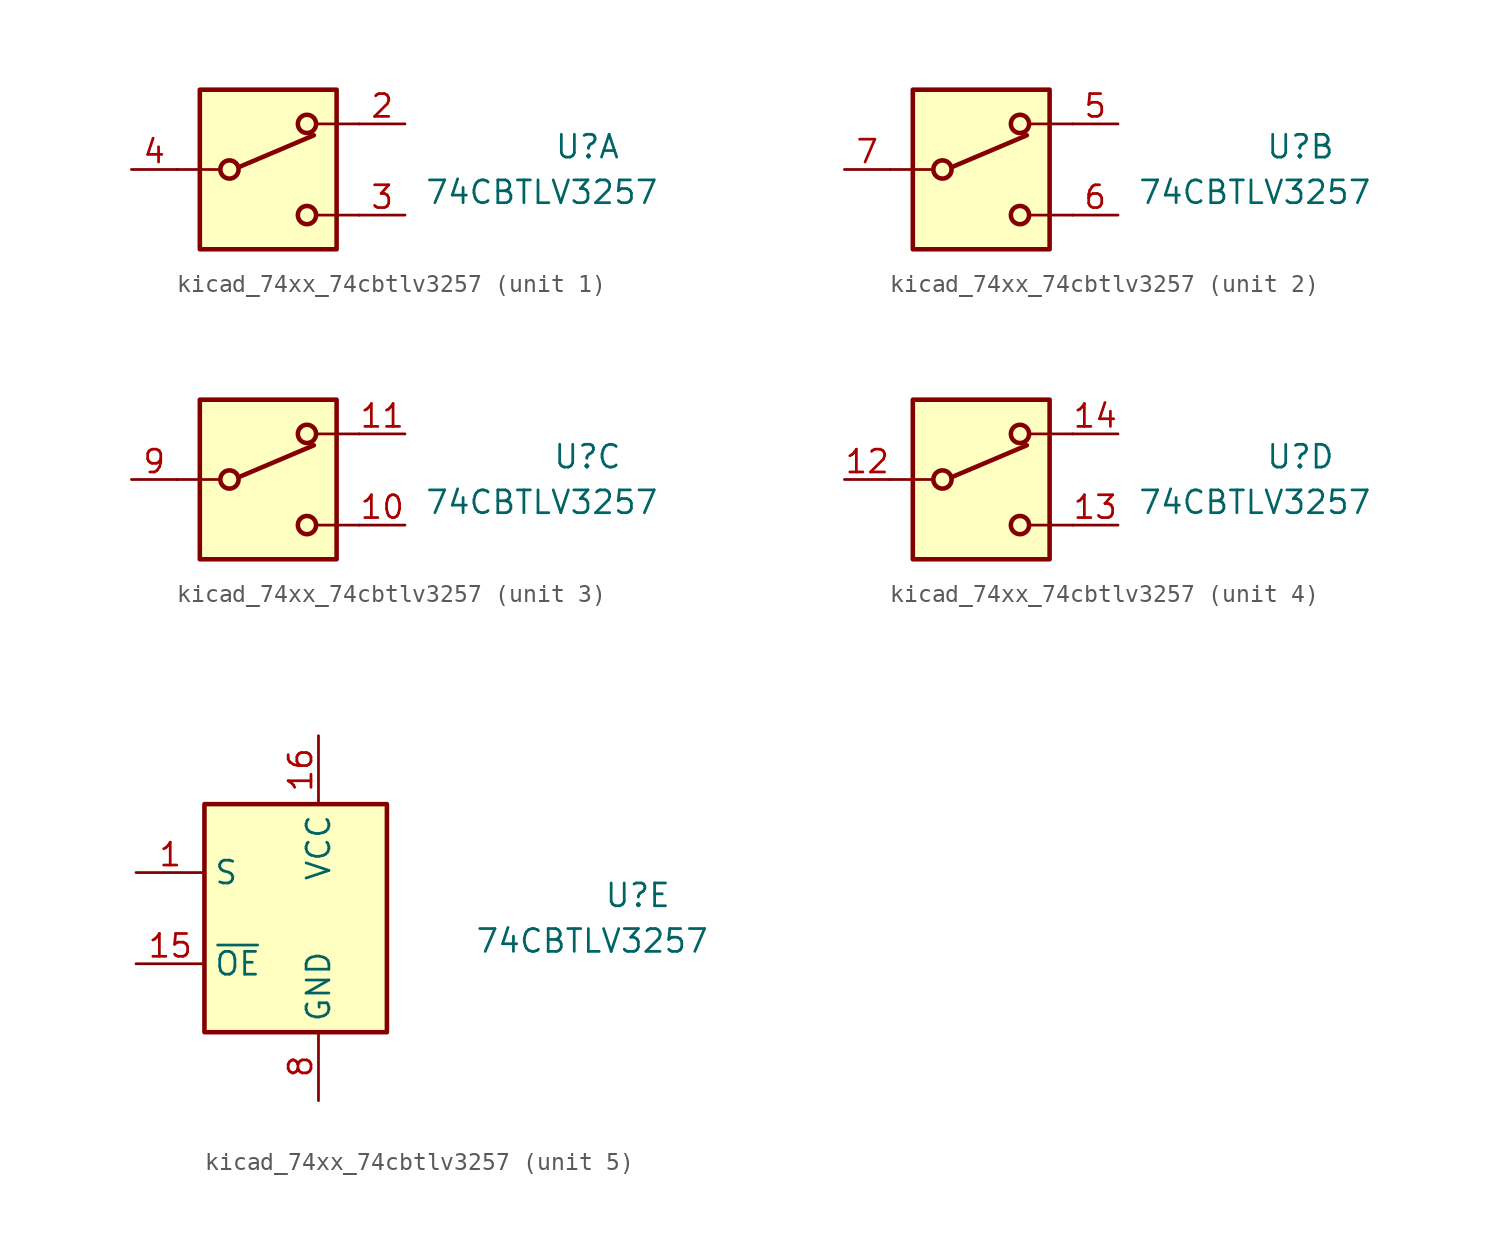
<source format=kicad_sym>
(kicad_symbol_lib
  (version 20220914)
  (generator kicad_symbol_editor)
  (symbol "kicad_74xx_74cbtlv3257"
    (property "Reference" "U"
      (at 17.78 1.27 0)
      (effects (font (size 1.27 1.27))))
    (property "Value" "74CBTLV3257"
      (at 15.24 -1.27 0)
      (effects (font (size 1.27 1.27))))
    (property "ki_locked" ""
      (at 0 0 0)
      (effects (font (size 1.27 1.27))))
    (symbol "kicad_74xx_74cbtlv3257_1_1"
      (rectangle (start -3.81 4.445) (end 3.81 -4.445) (stroke (width 0.254) (type default)) (fill (type background)))
      (circle (center -2.159 0) (radius 0.508) (stroke (width 0.254) (type default)) (fill (type none)))
      (polyline (pts (xy -5.08 0) (xy -2.794 0)) (stroke (width 0) (type default)) (fill (type none)))
      (polyline (pts (xy -1.651 0.127) (xy 2.54 1.905)) (stroke (width 0.254) (type default)) (fill (type none)))
      (polyline (pts (xy 5.08 -2.54) (xy 2.794 -2.54)) (stroke (width 0) (type default)) (fill (type none)))
      (polyline (pts (xy 5.08 2.54) (xy 2.794 2.54)) (stroke (width 0) (type default)) (fill (type none)))
      (circle (center 2.159 -2.54) (radius 0.508) (stroke (width 0.254) (type default)) (fill (type none)))
      (circle (center 2.159 2.54) (radius 0.508) (stroke (width 0.254) (type default)) (fill (type none)))
      (pin passive line (at 7.62 2.54 180) (length 2.54) (name "~" (effects (font (size 1.27 1.27)))) (number "2" (effects (font (size 1.27 1.27)))))
      (pin passive line (at 7.62 -2.54 180) (length 2.54) (name "~" (effects (font (size 1.27 1.27)))) (number "3" (effects (font (size 1.27 1.27)))))
      (pin passive line (at -7.62 0 0) (length 2.54) (name "~" (effects (font (size 1.27 1.27)))) (number "4" (effects (font (size 1.27 1.27))))))
    (symbol "kicad_74xx_74cbtlv3257_2_1"
      (rectangle (start -3.81 4.445) (end 3.81 -4.445) (stroke (width 0.254) (type default)) (fill (type background)))
      (circle (center -2.159 0) (radius 0.508) (stroke (width 0.254) (type default)) (fill (type none)))
      (polyline (pts (xy -5.08 0) (xy -2.794 0)) (stroke (width 0) (type default)) (fill (type none)))
      (polyline (pts (xy -1.651 0.127) (xy 2.54 1.905)) (stroke (width 0.254) (type default)) (fill (type none)))
      (polyline (pts (xy 5.08 -2.54) (xy 2.794 -2.54)) (stroke (width 0) (type default)) (fill (type none)))
      (polyline (pts (xy 5.08 2.54) (xy 2.794 2.54)) (stroke (width 0) (type default)) (fill (type none)))
      (circle (center 2.159 -2.54) (radius 0.508) (stroke (width 0.254) (type default)) (fill (type none)))
      (circle (center 2.159 2.54) (radius 0.508) (stroke (width 0.254) (type default)) (fill (type none)))
      (pin passive line (at 7.62 2.54 180) (length 2.54) (name "~" (effects (font (size 1.27 1.27)))) (number "5" (effects (font (size 1.27 1.27)))))
      (pin passive line (at 7.62 -2.54 180) (length 2.54) (name "~" (effects (font (size 1.27 1.27)))) (number "6" (effects (font (size 1.27 1.27)))))
      (pin passive line (at -7.62 0 0) (length 2.54) (name "~" (effects (font (size 1.27 1.27)))) (number "7" (effects (font (size 1.27 1.27))))))
    (symbol "kicad_74xx_74cbtlv3257_3_1"
      (rectangle (start -3.81 4.445) (end 3.81 -4.445) (stroke (width 0.254) (type default)) (fill (type background)))
      (circle (center -2.159 0) (radius 0.508) (stroke (width 0.254) (type default)) (fill (type none)))
      (polyline (pts (xy -5.08 0) (xy -2.794 0)) (stroke (width 0) (type default)) (fill (type none)))
      (polyline (pts (xy -1.651 0.127) (xy 2.54 1.905)) (stroke (width 0.254) (type default)) (fill (type none)))
      (polyline (pts (xy 5.08 -2.54) (xy 2.794 -2.54)) (stroke (width 0) (type default)) (fill (type none)))
      (polyline (pts (xy 5.08 2.54) (xy 2.794 2.54)) (stroke (width 0) (type default)) (fill (type none)))
      (circle (center 2.159 -2.54) (radius 0.508) (stroke (width 0.254) (type default)) (fill (type none)))
      (circle (center 2.159 2.54) (radius 0.508) (stroke (width 0.254) (type default)) (fill (type none)))
      (pin passive line (at 7.62 -2.54 180) (length 2.54) (name "~" (effects (font (size 1.27 1.27)))) (number "10" (effects (font (size 1.27 1.27)))))
      (pin passive line (at 7.62 2.54 180) (length 2.54) (name "~" (effects (font (size 1.27 1.27)))) (number "11" (effects (font (size 1.27 1.27)))))
      (pin passive line (at -7.62 0 0) (length 2.54) (name "~" (effects (font (size 1.27 1.27)))) (number "9" (effects (font (size 1.27 1.27))))))
    (symbol "kicad_74xx_74cbtlv3257_4_1"
      (rectangle (start -3.81 4.445) (end 3.81 -4.445) (stroke (width 0.254) (type default)) (fill (type background)))
      (circle (center -2.159 0) (radius 0.508) (stroke (width 0.254) (type default)) (fill (type none)))
      (polyline (pts (xy -5.08 0) (xy -2.794 0)) (stroke (width 0) (type default)) (fill (type none)))
      (polyline (pts (xy -1.651 0.127) (xy 2.54 1.905)) (stroke (width 0.254) (type default)) (fill (type none)))
      (polyline (pts (xy 5.08 -2.54) (xy 2.794 -2.54)) (stroke (width 0) (type default)) (fill (type none)))
      (polyline (pts (xy 5.08 2.54) (xy 2.794 2.54)) (stroke (width 0) (type default)) (fill (type none)))
      (circle (center 2.159 -2.54) (radius 0.508) (stroke (width 0.254) (type default)) (fill (type none)))
      (circle (center 2.159 2.54) (radius 0.508) (stroke (width 0.254) (type default)) (fill (type none)))
      (pin passive line (at -7.62 0 0) (length 2.54) (name "~" (effects (font (size 1.27 1.27)))) (number "12" (effects (font (size 1.27 1.27)))))
      (pin passive line (at 7.62 -2.54 180) (length 2.54) (name "~" (effects (font (size 1.27 1.27)))) (number "13" (effects (font (size 1.27 1.27)))))
      (pin passive line (at 7.62 2.54 180) (length 2.54) (name "~" (effects (font (size 1.27 1.27)))) (number "14" (effects (font (size 1.27 1.27))))))
    (symbol "kicad_74xx_74cbtlv3257_5_1"
      (rectangle (start 3.81 6.35) (end -6.35 -6.35) (stroke (width 0.254) (type default)) (fill (type background)))
      (pin input line (at -10.16 2.54 0) (length 3.81) (name "S" (effects (font (size 1.27 1.27)))) (number "1" (effects (font (size 1.27 1.27)))))
      (pin input line (at -10.16 -2.54 0) (length 3.81) (name "~{OE}" (effects (font (size 1.27 1.27)))) (number "15" (effects (font (size 1.27 1.27)))))
      (pin power_in line (at 0 10.16 270) (length 3.81) (name "VCC" (effects (font (size 1.27 1.27)))) (number "16" (effects (font (size 1.27 1.27)))))
      (pin power_in line (at 0 -10.16 90) (length 3.81) (name "GND" (effects (font (size 1.27 1.27)))) (number "8" (effects (font (size 1.27 1.27))))))))
</source>
